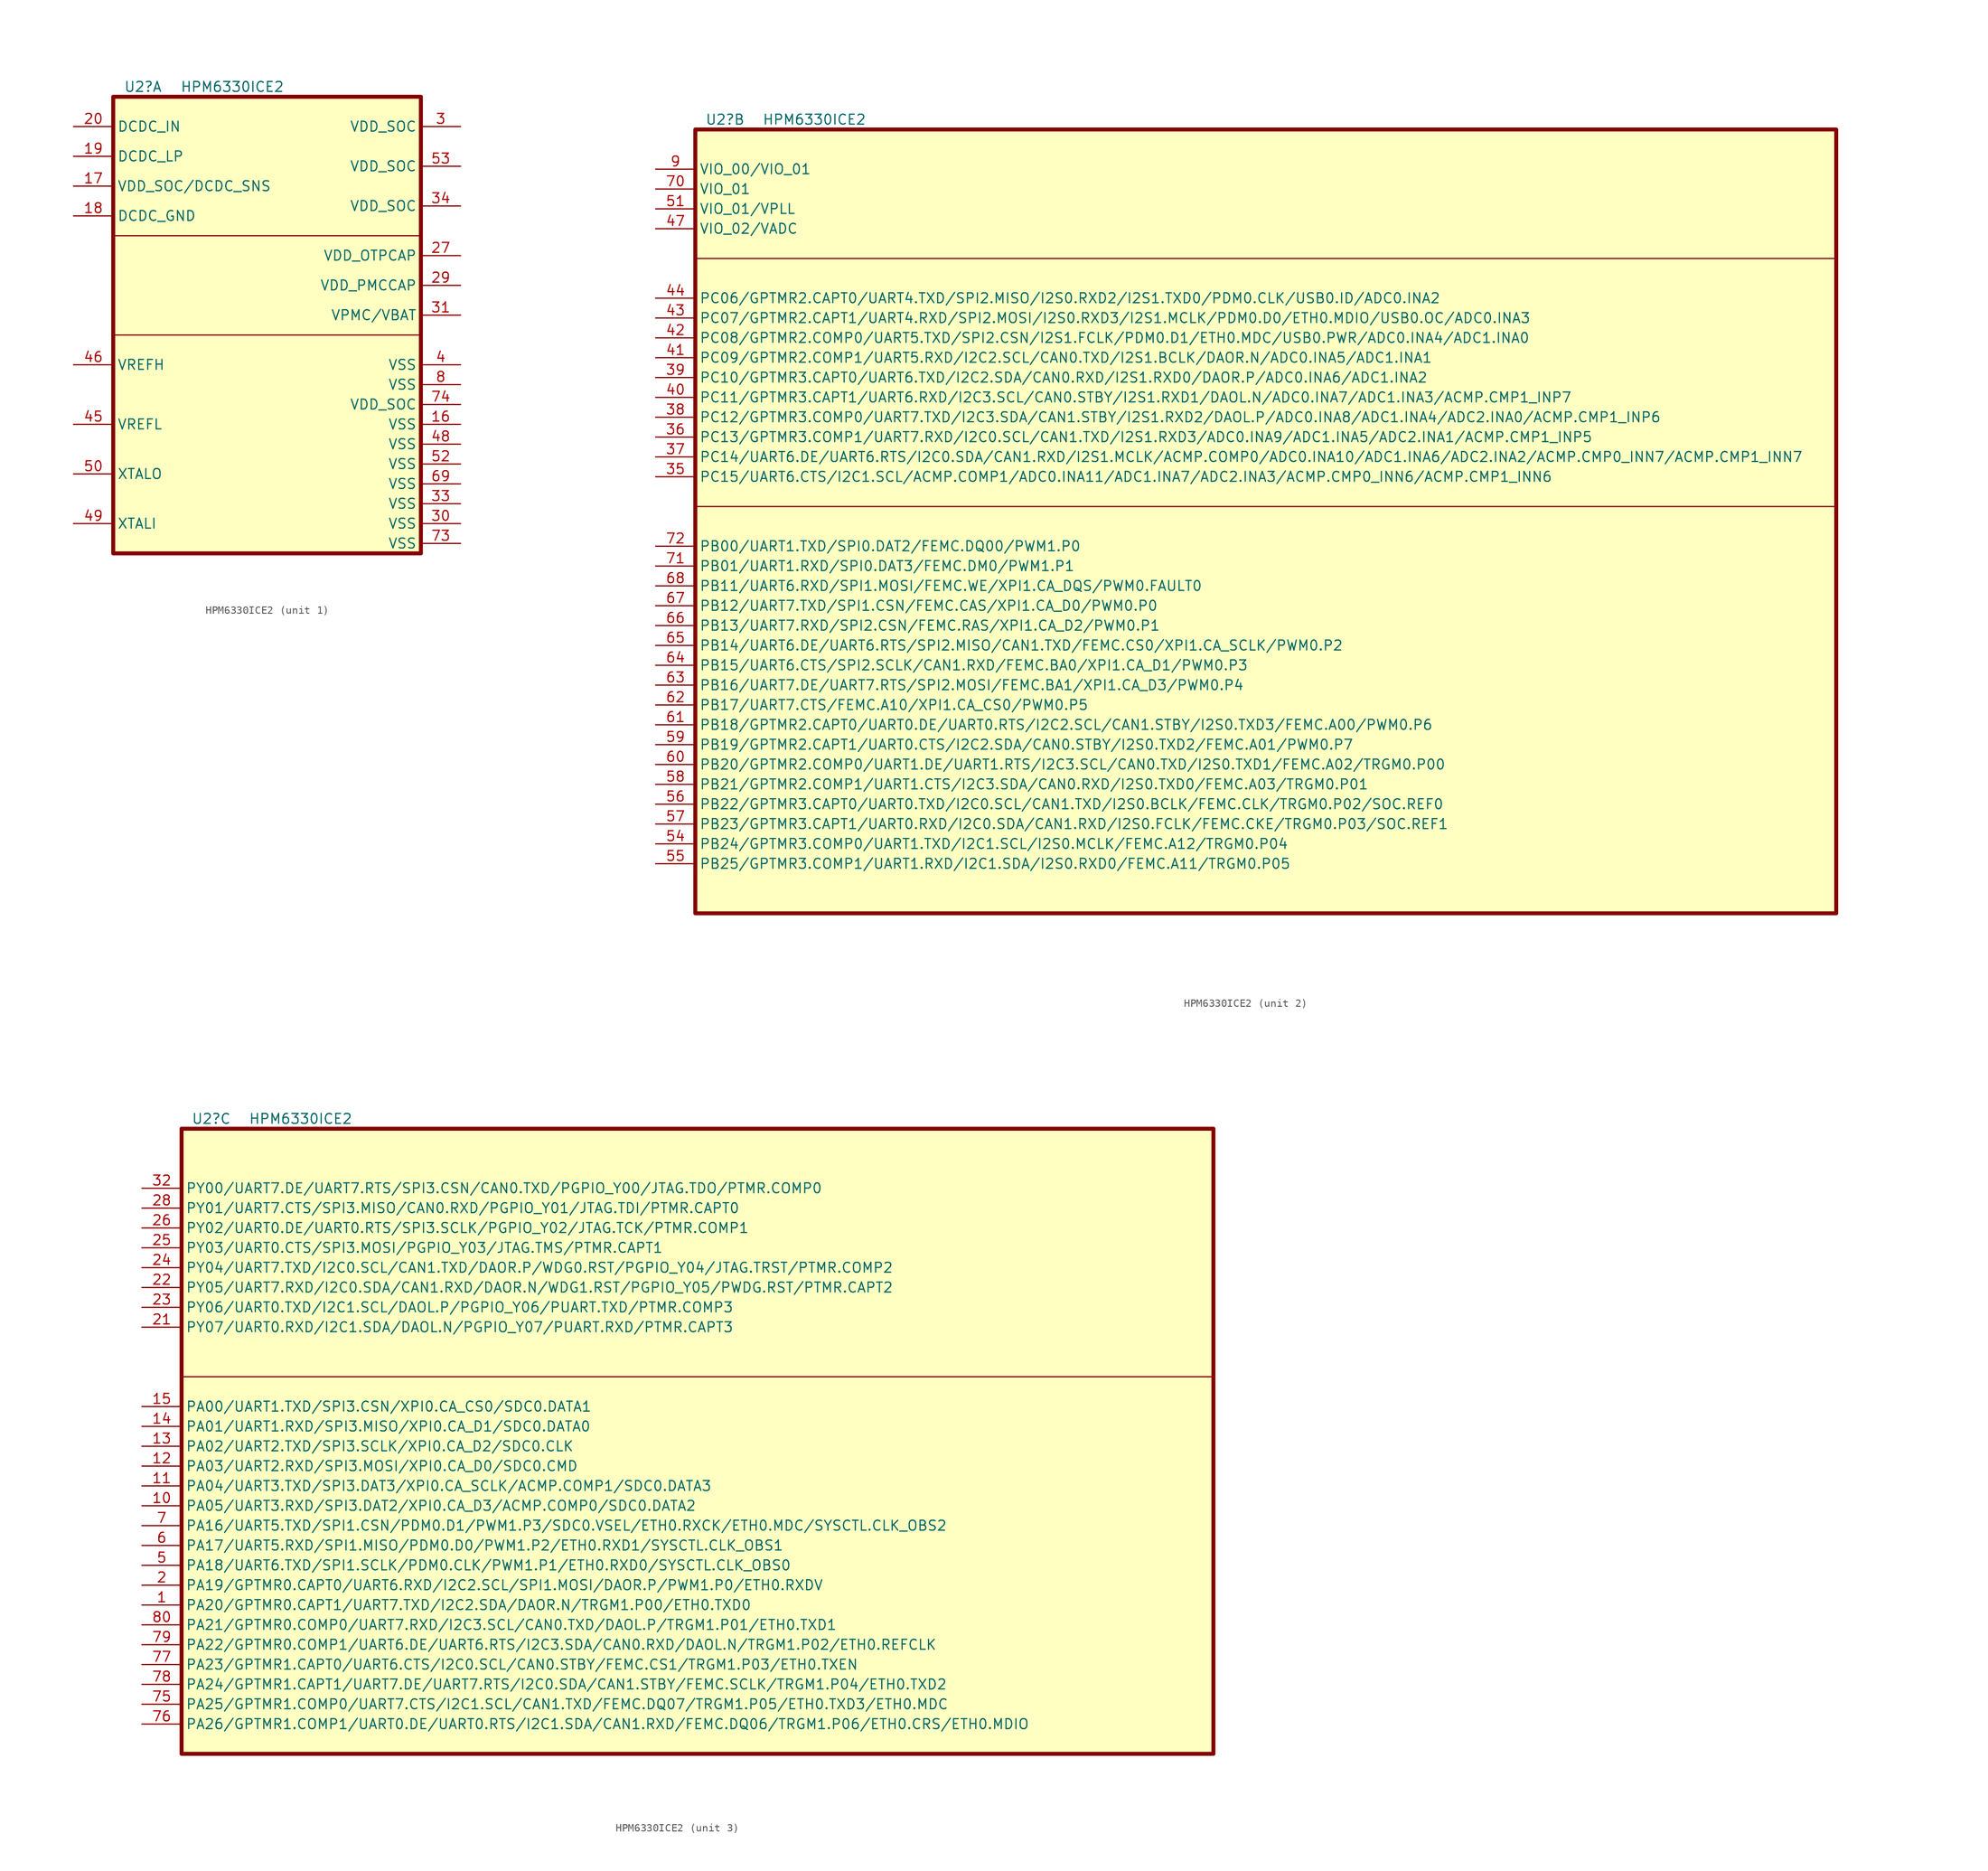
<source format=kicad_sym>
(kicad_symbol_lib
  (version 20220914)
  (generator kicad_symbol_editor)
  (symbol "HPM6330ICE2"
    (property "Reference" "U2"
      (at 3.81 1.27 0)
      (effects (font (size 1.27 1.27))))
    (property "Value" "HPM6330ICE2"
      (at 15.24 1.27 0)
      (effects (font (size 1.27 1.27))))
    (symbol "HPM6330ICE2_1_1"
      (polyline (pts (xy 39.37 -30.48) (xy 0 -30.48)) (stroke (width 0) (type default)) (fill (type none)))
      (polyline (pts (xy 39.37 -17.78) (xy 0 -17.78)) (stroke (width 0) (type default)) (fill (type none)))
      (rectangle (start 0 0) (end 39.37 -58.42) (stroke (width 0.508) (type default)) (fill (type background)))
      (pin input line (at 44.45 -41.91 180) (length 5.08) (name "VSS" (effects (font (size 1.27 1.27)))) (number "16" (effects (font (size 1.27 1.27)))))
      (pin input line (at -5.08 -11.43 0) (length 5.08) (name "VDD_SOC/DCDC_SNS" (effects (font (size 1.27 1.27)))) (number "17" (effects (font (size 1.27 1.27)))))
      (pin input line (at -5.08 -15.24 0) (length 5.08) (name "DCDC_GND" (effects (font (size 1.27 1.27)))) (number "18" (effects (font (size 1.27 1.27)))))
      (pin input line (at -5.08 -7.62 0) (length 5.08) (name "DCDC_LP" (effects (font (size 1.27 1.27)))) (number "19" (effects (font (size 1.27 1.27)))))
      (pin input line (at -5.08 -3.81 0) (length 5.08) (name "DCDC_IN" (effects (font (size 1.27 1.27)))) (number "20" (effects (font (size 1.27 1.27)))))
      (pin input line (at 44.45 -20.32 180) (length 5.08) (name "VDD_OTPCAP" (effects (font (size 1.27 1.27)))) (number "27" (effects (font (size 1.27 1.27)))))
      (pin input line (at 44.45 -24.13 180) (length 5.08) (name "VDD_PMCCAP" (effects (font (size 1.27 1.27)))) (number "29" (effects (font (size 1.27 1.27)))))
      (pin input line (at 44.45 -3.81 180) (length 5.08) (name "VDD_SOC" (effects (font (size 1.27 1.27)))) (number "3" (effects (font (size 1.27 1.27)))))
      (pin input line (at 44.45 -54.61 180) (length 5.08) (name "VSS" (effects (font (size 1.27 1.27)))) (number "30" (effects (font (size 1.27 1.27)))))
      (pin input line (at 44.45 -27.94 180) (length 5.08) (name "VPMC/VBAT" (effects (font (size 1.27 1.27)))) (number "31" (effects (font (size 1.27 1.27)))))
      (pin input line (at 44.45 -52.07 180) (length 5.08) (name "VSS" (effects (font (size 1.27 1.27)))) (number "33" (effects (font (size 1.27 1.27)))))
      (pin input line (at 44.45 -13.97 180) (length 5.08) (name "VDD_SOC" (effects (font (size 1.27 1.27)))) (number "34" (effects (font (size 1.27 1.27)))))
      (pin input line (at 44.45 -34.29 180) (length 5.08) (name "VSS" (effects (font (size 1.27 1.27)))) (number "4" (effects (font (size 1.27 1.27)))))
      (pin input line (at -5.08 -41.91 0) (length 5.08) (name "VREFL" (effects (font (size 1.27 1.27)))) (number "45" (effects (font (size 1.27 1.27)))))
      (pin input line (at -5.08 -34.29 0) (length 5.08) (name "VREFH" (effects (font (size 1.27 1.27)))) (number "46" (effects (font (size 1.27 1.27)))))
      (pin input line (at 44.45 -44.45 180) (length 5.08) (name "VSS" (effects (font (size 1.27 1.27)))) (number "48" (effects (font (size 1.27 1.27)))))
      (pin input line (at -5.08 -54.61 0) (length 5.08) (name "XTALI" (effects (font (size 1.27 1.27)))) (number "49" (effects (font (size 1.27 1.27)))))
      (pin input line (at -5.08 -48.26 0) (length 5.08) (name "XTALO" (effects (font (size 1.27 1.27)))) (number "50" (effects (font (size 1.27 1.27)))))
      (pin input line (at 44.45 -46.99 180) (length 5.08) (name "VSS" (effects (font (size 1.27 1.27)))) (number "52" (effects (font (size 1.27 1.27)))))
      (pin input line (at 44.45 -8.89 180) (length 5.08) (name "VDD_SOC" (effects (font (size 1.27 1.27)))) (number "53" (effects (font (size 1.27 1.27)))))
      (pin input line (at 44.45 -49.53 180) (length 5.08) (name "VSS" (effects (font (size 1.27 1.27)))) (number "69" (effects (font (size 1.27 1.27)))))
      (pin input line (at 44.45 -57.15 180) (length 5.08) (name "VSS" (effects (font (size 1.27 1.27)))) (number "73" (effects (font (size 1.27 1.27)))))
      (pin input line (at 44.45 -39.37 180) (length 5.08) (name "VDD_SOC" (effects (font (size 1.27 1.27)))) (number "74" (effects (font (size 1.27 1.27)))))
      (pin input line (at 44.45 -36.83 180) (length 5.08) (name "VSS" (effects (font (size 1.27 1.27)))) (number "8" (effects (font (size 1.27 1.27))))))
    (symbol "HPM6330ICE2_2_1"
      (polyline (pts (xy 0 -48.26) (xy 146.05 -48.26)) (stroke (width 0) (type default)) (fill (type none)))
      (polyline (pts (xy 0 -16.51) (xy 146.05 -16.51)) (stroke (width 0) (type default)) (fill (type none)))
      (rectangle (start 0 0) (end 146.05 -100.33) (stroke (width 0.508) (type default)) (fill (type background)))
      (pin input line (at -5.08 -44.45 0) (length 5.08) (name "PC15/UART6.CTS/I2C1.SCL/ACMP.COMP1/ADC0.INA11/ADC1.INA7/ADC2.INA3/ACMP.CMP0_INN6/ACMP.CMP1_INN6" (effects (font (size 1.27 1.27)))) (number "35" (effects (font (size 1.27 1.27)))))
      (pin input line (at -5.08 -39.37 0) (length 5.08) (name "PC13/GPTMR3.COMP1/UART7.RXD/I2C0.SCL/CAN1.TXD/I2S1.RXD3/ADC0.INA9/ADC1.INA5/ADC2.INA1/ACMP.CMP1_INP5" (effects (font (size 1.27 1.27)))) (number "36" (effects (font (size 1.27 1.27)))))
      (pin input line (at -5.08 -41.91 0) (length 5.08) (name "PC14/UART6.DE/UART6.RTS/I2C0.SDA/CAN1.RXD/I2S1.MCLK/ACMP.COMP0/ADC0.INA10/ADC1.INA6/ADC2.INA2/ACMP.CMP0_INN7/ACMP.CMP1_INN7" (effects (font (size 1.27 1.27)))) (number "37" (effects (font (size 1.27 1.27)))))
      (pin input line (at -5.08 -36.83 0) (length 5.08) (name "PC12/GPTMR3.COMP0/UART7.TXD/I2C3.SDA/CAN1.STBY/I2S1.RXD2/DAOL.P/ADC0.INA8/ADC1.INA4/ADC2.INA0/ACMP.CMP1_INP6" (effects (font (size 1.27 1.27)))) (number "38" (effects (font (size 1.27 1.27)))))
      (pin input line (at -5.08 -31.75 0) (length 5.08) (name "PC10/GPTMR3.CAPT0/UART6.TXD/I2C2.SDA/CAN0.RXD/I2S1.RXD0/DAOR.P/ADC0.INA6/ADC1.INA2" (effects (font (size 1.27 1.27)))) (number "39" (effects (font (size 1.27 1.27)))))
      (pin input line (at -5.08 -34.29 0) (length 5.08) (name "PC11/GPTMR3.CAPT1/UART6.RXD/I2C3.SCL/CAN0.STBY/I2S1.RXD1/DAOL.N/ADC0.INA7/ADC1.INA3/ACMP.CMP1_INP7" (effects (font (size 1.27 1.27)))) (number "40" (effects (font (size 1.27 1.27)))))
      (pin input line (at -5.08 -29.21 0) (length 5.08) (name "PC09/GPTMR2.COMP1/UART5.RXD/I2C2.SCL/CAN0.TXD/I2S1.BCLK/DAOR.N/ADC0.INA5/ADC1.INA1" (effects (font (size 1.27 1.27)))) (number "41" (effects (font (size 1.27 1.27)))))
      (pin input line (at -5.08 -26.67 0) (length 5.08) (name "PC08/GPTMR2.COMP0/UART5.TXD/SPI2.CSN/I2S1.FCLK/PDM0.D1/ETH0.MDC/USB0.PWR/ADC0.INA4/ADC1.INA0" (effects (font (size 1.27 1.27)))) (number "42" (effects (font (size 1.27 1.27)))))
      (pin input line (at -5.08 -24.13 0) (length 5.08) (name "PC07/GPTMR2.CAPT1/UART4.RXD/SPI2.MOSI/I2S0.RXD3/I2S1.MCLK/PDM0.D0/ETH0.MDIO/USB0.OC/ADC0.INA3" (effects (font (size 1.27 1.27)))) (number "43" (effects (font (size 1.27 1.27)))))
      (pin input line (at -5.08 -21.59 0) (length 5.08) (name "PC06/GPTMR2.CAPT0/UART4.TXD/SPI2.MISO/I2S0.RXD2/I2S1.TXD0/PDM0.CLK/USB0.ID/ADC0.INA2" (effects (font (size 1.27 1.27)))) (number "44" (effects (font (size 1.27 1.27)))))
      (pin input line (at -5.08 -12.7 0) (length 5.08) (name "VIO_02/VADC" (effects (font (size 1.27 1.27)))) (number "47" (effects (font (size 1.27 1.27)))))
      (pin input line (at -5.08 -10.16 0) (length 5.08) (name "VIO_01/VPLL" (effects (font (size 1.27 1.27)))) (number "51" (effects (font (size 1.27 1.27)))))
      (pin input line (at -5.08 -91.44 0) (length 5.08) (name "PB24/GPTMR3.COMP0/UART1.TXD/I2C1.SCL/I2S0.MCLK/FEMC.A12/TRGM0.P04" (effects (font (size 1.27 1.27)))) (number "54" (effects (font (size 1.27 1.27)))))
      (pin input line (at -5.08 -93.98 0) (length 5.08) (name "PB25/GPTMR3.COMP1/UART1.RXD/I2C1.SDA/I2S0.RXD0/FEMC.A11/TRGM0.P05" (effects (font (size 1.27 1.27)))) (number "55" (effects (font (size 1.27 1.27)))))
      (pin input line (at -5.08 -86.36 0) (length 5.08) (name "PB22/GPTMR3.CAPT0/UART0.TXD/I2C0.SCL/CAN1.TXD/I2S0.BCLK/FEMC.CLK/TRGM0.P02/SOC.REF0" (effects (font (size 1.27 1.27)))) (number "56" (effects (font (size 1.27 1.27)))))
      (pin input line (at -5.08 -88.9 0) (length 5.08) (name "PB23/GPTMR3.CAPT1/UART0.RXD/I2C0.SDA/CAN1.RXD/I2S0.FCLK/FEMC.CKE/TRGM0.P03/SOC.REF1" (effects (font (size 1.27 1.27)))) (number "57" (effects (font (size 1.27 1.27)))))
      (pin input line (at -5.08 -83.82 0) (length 5.08) (name "PB21/GPTMR2.COMP1/UART1.CTS/I2C3.SDA/CAN0.RXD/I2S0.TXD0/FEMC.A03/TRGM0.P01" (effects (font (size 1.27 1.27)))) (number "58" (effects (font (size 1.27 1.27)))))
      (pin input line (at -5.08 -78.74 0) (length 5.08) (name "PB19/GPTMR2.CAPT1/UART0.CTS/I2C2.SDA/CAN0.STBY/I2S0.TXD2/FEMC.A01/PWM0.P7" (effects (font (size 1.27 1.27)))) (number "59" (effects (font (size 1.27 1.27)))))
      (pin input line (at -5.08 -81.28 0) (length 5.08) (name "PB20/GPTMR2.COMP0/UART1.DE/UART1.RTS/I2C3.SCL/CAN0.TXD/I2S0.TXD1/FEMC.A02/TRGM0.P00" (effects (font (size 1.27 1.27)))) (number "60" (effects (font (size 1.27 1.27)))))
      (pin input line (at -5.08 -76.2 0) (length 5.08) (name "PB18/GPTMR2.CAPT0/UART0.DE/UART0.RTS/I2C2.SCL/CAN1.STBY/I2S0.TXD3/FEMC.A00/PWM0.P6" (effects (font (size 1.27 1.27)))) (number "61" (effects (font (size 1.27 1.27)))))
      (pin input line (at -5.08 -73.66 0) (length 5.08) (name "PB17/UART7.CTS/FEMC.A10/XPI1.CA_CS0/PWM0.P5" (effects (font (size 1.27 1.27)))) (number "62" (effects (font (size 1.27 1.27)))))
      (pin input line (at -5.08 -71.12 0) (length 5.08) (name "PB16/UART7.DE/UART7.RTS/SPI2.MOSI/FEMC.BA1/XPI1.CA_D3/PWM0.P4" (effects (font (size 1.27 1.27)))) (number "63" (effects (font (size 1.27 1.27)))))
      (pin input line (at -5.08 -68.58 0) (length 5.08) (name "PB15/UART6.CTS/SPI2.SCLK/CAN1.RXD/FEMC.BA0/XPI1.CA_D1/PWM0.P3" (effects (font (size 1.27 1.27)))) (number "64" (effects (font (size 1.27 1.27)))))
      (pin input line (at -5.08 -66.04 0) (length 5.08) (name "PB14/UART6.DE/UART6.RTS/SPI2.MISO/CAN1.TXD/FEMC.CS0/XPI1.CA_SCLK/PWM0.P2" (effects (font (size 1.27 1.27)))) (number "65" (effects (font (size 1.27 1.27)))))
      (pin input line (at -5.08 -63.5 0) (length 5.08) (name "PB13/UART7.RXD/SPI2.CSN/FEMC.RAS/XPI1.CA_D2/PWM0.P1" (effects (font (size 1.27 1.27)))) (number "66" (effects (font (size 1.27 1.27)))))
      (pin input line (at -5.08 -60.96 0) (length 5.08) (name "PB12/UART7.TXD/SPI1.CSN/FEMC.CAS/XPI1.CA_D0/PWM0.P0" (effects (font (size 1.27 1.27)))) (number "67" (effects (font (size 1.27 1.27)))))
      (pin input line (at -5.08 -58.42 0) (length 5.08) (name "PB11/UART6.RXD/SPI1.MOSI/FEMC.WE/XPI1.CA_DQS/PWM0.FAULT0" (effects (font (size 1.27 1.27)))) (number "68" (effects (font (size 1.27 1.27)))))
      (pin input line (at -5.08 -7.62 0) (length 5.08) (name "VIO_01" (effects (font (size 1.27 1.27)))) (number "70" (effects (font (size 1.27 1.27)))))
      (pin input line (at -5.08 -55.88 0) (length 5.08) (name "PB01/UART1.RXD/SPI0.DAT3/FEMC.DM0/PWM1.P1" (effects (font (size 1.27 1.27)))) (number "71" (effects (font (size 1.27 1.27)))))
      (pin input line (at -5.08 -53.34 0) (length 5.08) (name "PB00/UART1.TXD/SPI0.DAT2/FEMC.DQ00/PWM1.P0" (effects (font (size 1.27 1.27)))) (number "72" (effects (font (size 1.27 1.27)))))
      (pin input line (at -5.08 -5.08 0) (length 5.08) (name "VIO_00/VIO_01" (effects (font (size 1.27 1.27)))) (number "9" (effects (font (size 1.27 1.27))))))
    (symbol "HPM6330ICE2_3_1"
      (polyline (pts (xy 0 -31.75) (xy 132.08 -31.75)) (stroke (width 0) (type default)) (fill (type none)))
      (rectangle (start 0 0) (end 132.08 -80.01) (stroke (width 0.508) (type default)) (fill (type background)))
      (pin input line (at -5.08 -60.96 0) (length 5.08) (name "PA20/GPTMR0.CAPT1/UART7.TXD/I2C2.SDA/DAOR.N/TRGM1.P00/ETH0.TXD0" (effects (font (size 1.27 1.27)))) (number "1" (effects (font (size 1.27 1.27)))))
      (pin input line (at -5.08 -48.26 0) (length 5.08) (name "PA05/UART3.RXD/SPI3.DAT2/XPI0.CA_D3/ACMP.COMP0/SDC0.DATA2" (effects (font (size 1.27 1.27)))) (number "10" (effects (font (size 1.27 1.27)))))
      (pin input line (at -5.08 -45.72 0) (length 5.08) (name "PA04/UART3.TXD/SPI3.DAT3/XPI0.CA_SCLK/ACMP.COMP1/SDC0.DATA3" (effects (font (size 1.27 1.27)))) (number "11" (effects (font (size 1.27 1.27)))))
      (pin input line (at -5.08 -43.18 0) (length 5.08) (name "PA03/UART2.RXD/SPI3.MOSI/XPI0.CA_D0/SDC0.CMD" (effects (font (size 1.27 1.27)))) (number "12" (effects (font (size 1.27 1.27)))))
      (pin input line (at -5.08 -40.64 0) (length 5.08) (name "PA02/UART2.TXD/SPI3.SCLK/XPI0.CA_D2/SDC0.CLK" (effects (font (size 1.27 1.27)))) (number "13" (effects (font (size 1.27 1.27)))))
      (pin input line (at -5.08 -38.1 0) (length 5.08) (name "PA01/UART1.RXD/SPI3.MISO/XPI0.CA_D1/SDC0.DATA0" (effects (font (size 1.27 1.27)))) (number "14" (effects (font (size 1.27 1.27)))))
      (pin input line (at -5.08 -35.56 0) (length 5.08) (name "PA00/UART1.TXD/SPI3.CSN/XPI0.CA_CS0/SDC0.DATA1" (effects (font (size 1.27 1.27)))) (number "15" (effects (font (size 1.27 1.27)))))
      (pin input line (at -5.08 -58.42 0) (length 5.08) (name "PA19/GPTMR0.CAPT0/UART6.RXD/I2C2.SCL/SPI1.MOSI/DAOR.P/PWM1.P0/ETH0.RXDV" (effects (font (size 1.27 1.27)))) (number "2" (effects (font (size 1.27 1.27)))))
      (pin input line (at -5.08 -25.4 0) (length 5.08) (name "PY07/UART0.RXD/I2C1.SDA/DAOL.N/PGPIO_Y07/PUART.RXD/PTMR.CAPT3" (effects (font (size 1.27 1.27)))) (number "21" (effects (font (size 1.27 1.27)))))
      (pin input line (at -5.08 -20.32 0) (length 5.08) (name "PY05/UART7.RXD/I2C0.SDA/CAN1.RXD/DAOR.N/WDG1.RST/PGPIO_Y05/PWDG.RST/PTMR.CAPT2" (effects (font (size 1.27 1.27)))) (number "22" (effects (font (size 1.27 1.27)))))
      (pin input line (at -5.08 -22.86 0) (length 5.08) (name "PY06/UART0.TXD/I2C1.SCL/DAOL.P/PGPIO_Y06/PUART.TXD/PTMR.COMP3" (effects (font (size 1.27 1.27)))) (number "23" (effects (font (size 1.27 1.27)))))
      (pin input line (at -5.08 -17.78 0) (length 5.08) (name "PY04/UART7.TXD/I2C0.SCL/CAN1.TXD/DAOR.P/WDG0.RST/PGPIO_Y04/JTAG.TRST/PTMR.COMP2" (effects (font (size 1.27 1.27)))) (number "24" (effects (font (size 1.27 1.27)))))
      (pin input line (at -5.08 -15.24 0) (length 5.08) (name "PY03/UART0.CTS/SPI3.MOSI/PGPIO_Y03/JTAG.TMS/PTMR.CAPT1" (effects (font (size 1.27 1.27)))) (number "25" (effects (font (size 1.27 1.27)))))
      (pin input line (at -5.08 -12.7 0) (length 5.08) (name "PY02/UART0.DE/UART0.RTS/SPI3.SCLK/PGPIO_Y02/JTAG.TCK/PTMR.COMP1" (effects (font (size 1.27 1.27)))) (number "26" (effects (font (size 1.27 1.27)))))
      (pin input line (at -5.08 -10.16 0) (length 5.08) (name "PY01/UART7.CTS/SPI3.MISO/CAN0.RXD/PGPIO_Y01/JTAG.TDI/PTMR.CAPT0" (effects (font (size 1.27 1.27)))) (number "28" (effects (font (size 1.27 1.27)))))
      (pin input line (at -5.08 -7.62 0) (length 5.08) (name "PY00/UART7.DE/UART7.RTS/SPI3.CSN/CAN0.TXD/PGPIO_Y00/JTAG.TDO/PTMR.COMP0" (effects (font (size 1.27 1.27)))) (number "32" (effects (font (size 1.27 1.27)))))
      (pin input line (at -5.08 -55.88 0) (length 5.08) (name "PA18/UART6.TXD/SPI1.SCLK/PDM0.CLK/PWM1.P1/ETH0.RXD0/SYSCTL.CLK_OBS0" (effects (font (size 1.27 1.27)))) (number "5" (effects (font (size 1.27 1.27)))))
      (pin input line (at -5.08 -53.34 0) (length 5.08) (name "PA17/UART5.RXD/SPI1.MISO/PDM0.D0/PWM1.P2/ETH0.RXD1/SYSCTL.CLK_OBS1" (effects (font (size 1.27 1.27)))) (number "6" (effects (font (size 1.27 1.27)))))
      (pin input line (at -5.08 -50.8 0) (length 5.08) (name "PA16/UART5.TXD/SPI1.CSN/PDM0.D1/PWM1.P3/SDC0.VSEL/ETH0.RXCK/ETH0.MDC/SYSCTL.CLK_OBS2" (effects (font (size 1.27 1.27)))) (number "7" (effects (font (size 1.27 1.27)))))
      (pin input line (at -5.08 -73.66 0) (length 5.08) (name "PA25/GPTMR1.COMP0/UART7.CTS/I2C1.SCL/CAN1.TXD/FEMC.DQ07/TRGM1.P05/ETH0.TXD3/ETH0.MDC" (effects (font (size 1.27 1.27)))) (number "75" (effects (font (size 1.27 1.27)))))
      (pin input line (at -5.08 -76.2 0) (length 5.08) (name "PA26/GPTMR1.COMP1/UART0.DE/UART0.RTS/I2C1.SDA/CAN1.RXD/FEMC.DQ06/TRGM1.P06/ETH0.CRS/ETH0.MDIO" (effects (font (size 1.27 1.27)))) (number "76" (effects (font (size 1.27 1.27)))))
      (pin input line (at -5.08 -68.58 0) (length 5.08) (name "PA23/GPTMR1.CAPT0/UART6.CTS/I2C0.SCL/CAN0.STBY/FEMC.CS1/TRGM1.P03/ETH0.TXEN" (effects (font (size 1.27 1.27)))) (number "77" (effects (font (size 1.27 1.27)))))
      (pin input line (at -5.08 -71.12 0) (length 5.08) (name "PA24/GPTMR1.CAPT1/UART7.DE/UART7.RTS/I2C0.SDA/CAN1.STBY/FEMC.SCLK/TRGM1.P04/ETH0.TXD2" (effects (font (size 1.27 1.27)))) (number "78" (effects (font (size 1.27 1.27)))))
      (pin input line (at -5.08 -66.04 0) (length 5.08) (name "PA22/GPTMR0.COMP1/UART6.DE/UART6.RTS/I2C3.SDA/CAN0.RXD/DAOL.N/TRGM1.P02/ETH0.REFCLK" (effects (font (size 1.27 1.27)))) (number "79" (effects (font (size 1.27 1.27)))))
      (pin input line (at -5.08 -63.5 0) (length 5.08) (name "PA21/GPTMR0.COMP0/UART7.RXD/I2C3.SCL/CAN0.TXD/DAOL.P/TRGM1.P01/ETH0.TXD1" (effects (font (size 1.27 1.27)))) (number "80" (effects (font (size 1.27 1.27))))))))
</source>
